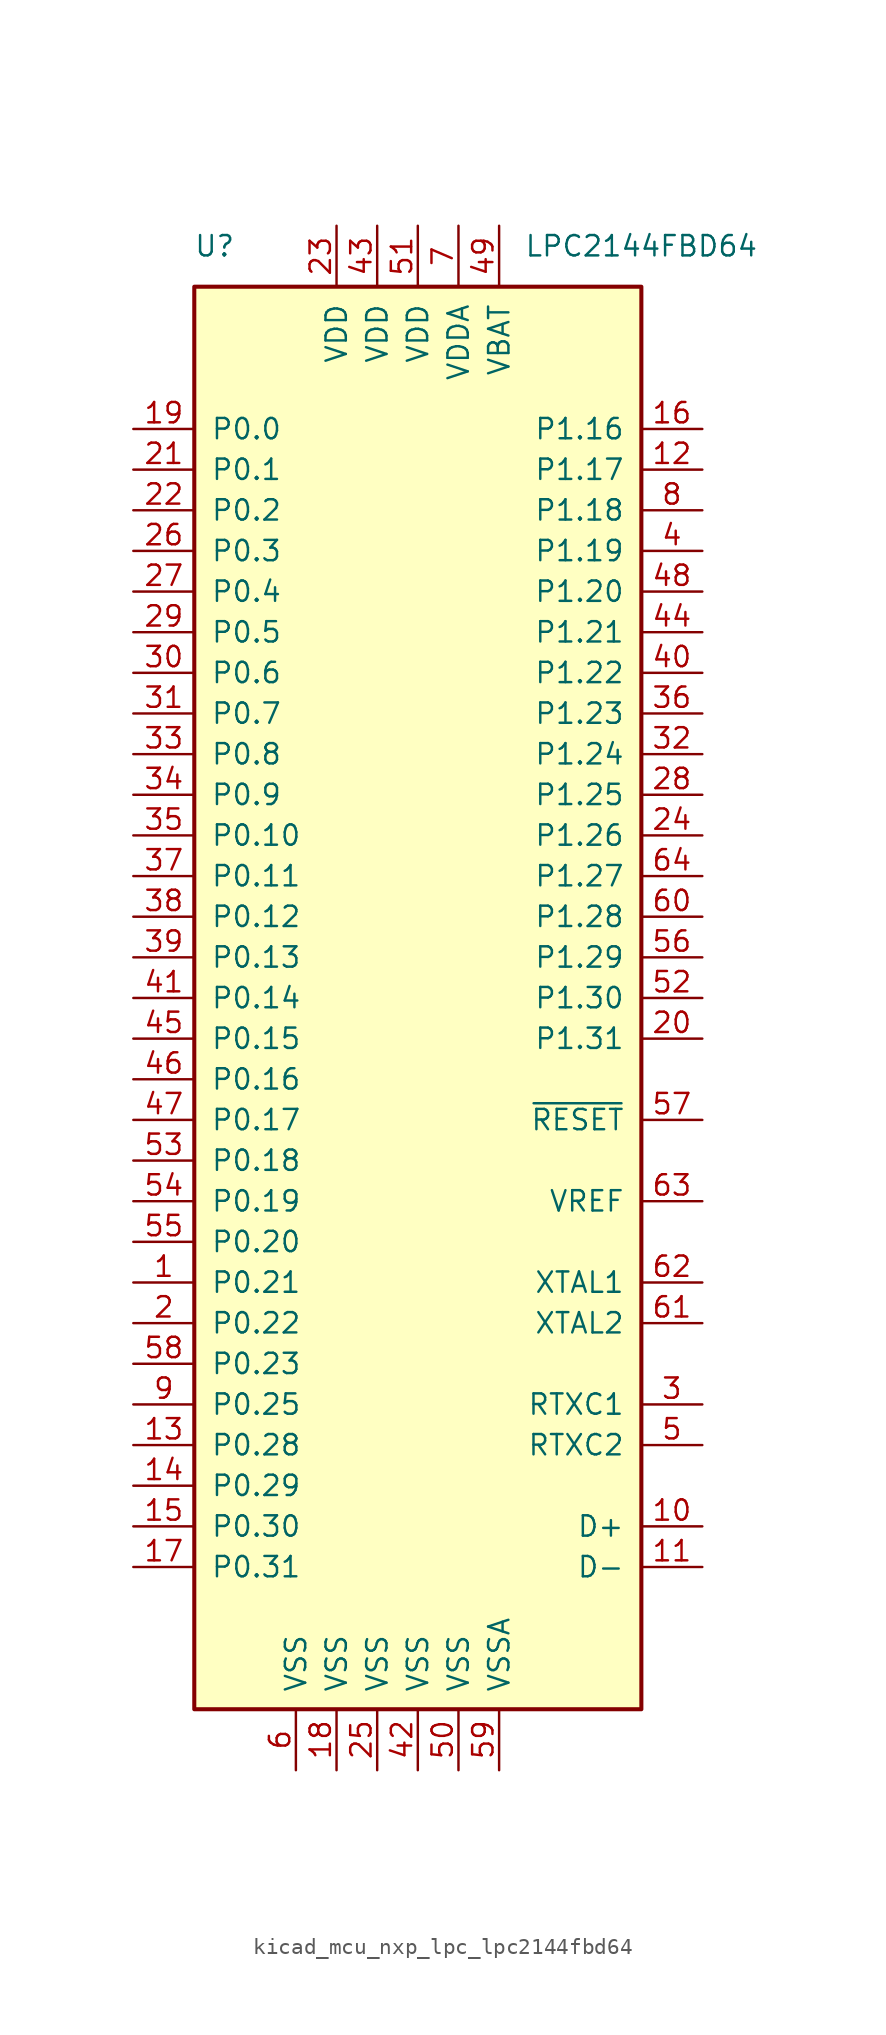
<source format=kicad_sym>
(kicad_symbol_lib
  (version 20220914)
  (generator kicad_symbol_editor)
  (symbol "kicad_mcu_nxp_lpc_lpc2144fbd64"
    (pin_names
      (offset 1.016))
    (property "Reference" "U"
      (at -12.7 46.99 0)
      (effects (font (size 1.27 1.27))))
    (property "Value" "LPC2144FBD64"
      (at 13.97 46.99 0)
      (effects (font (size 1.27 1.27))))
    (symbol "kicad_mcu_nxp_lpc_lpc2144fbd64_0_1"
      (rectangle (start 13.97 44.45) (end -13.97 -44.45) (stroke (width 0.254) (type default)) (fill (type background))))
    (symbol "kicad_mcu_nxp_lpc_lpc2144fbd64_1_1"
      (pin bidirectional line (at -17.78 -17.78 0) (length 3.81) (name "P0.21" (effects (font (size 1.27 1.27)))) (number "1" (effects (font (size 1.27 1.27)))))
      (pin bidirectional line (at 17.78 -33.02 180) (length 3.81) (name "D+" (effects (font (size 1.27 1.27)))) (number "10" (effects (font (size 1.27 1.27)))))
      (pin bidirectional line (at 17.78 -35.56 180) (length 3.81) (name "D-" (effects (font (size 1.27 1.27)))) (number "11" (effects (font (size 1.27 1.27)))))
      (pin bidirectional line (at 17.78 33.02 180) (length 3.81) (name "P1.17" (effects (font (size 1.27 1.27)))) (number "12" (effects (font (size 1.27 1.27)))))
      (pin bidirectional line (at -17.78 -27.94 0) (length 3.81) (name "P0.28" (effects (font (size 1.27 1.27)))) (number "13" (effects (font (size 1.27 1.27)))))
      (pin bidirectional line (at -17.78 -30.48 0) (length 3.81) (name "P0.29" (effects (font (size 1.27 1.27)))) (number "14" (effects (font (size 1.27 1.27)))))
      (pin bidirectional line (at -17.78 -33.02 0) (length 3.81) (name "P0.30" (effects (font (size 1.27 1.27)))) (number "15" (effects (font (size 1.27 1.27)))))
      (pin bidirectional line (at 17.78 35.56 180) (length 3.81) (name "P1.16" (effects (font (size 1.27 1.27)))) (number "16" (effects (font (size 1.27 1.27)))))
      (pin output line (at -17.78 -35.56 0) (length 3.81) (name "P0.31" (effects (font (size 1.27 1.27)))) (number "17" (effects (font (size 1.27 1.27)))))
      (pin power_in line (at -5.08 -48.26 90) (length 3.81) (name "VSS" (effects (font (size 1.27 1.27)))) (number "18" (effects (font (size 1.27 1.27)))))
      (pin bidirectional line (at -17.78 35.56 0) (length 3.81) (name "P0.0" (effects (font (size 1.27 1.27)))) (number "19" (effects (font (size 1.27 1.27)))))
      (pin bidirectional line (at -17.78 -20.32 0) (length 3.81) (name "P0.22" (effects (font (size 1.27 1.27)))) (number "2" (effects (font (size 1.27 1.27)))))
      (pin bidirectional line (at 17.78 -2.54 180) (length 3.81) (name "P1.31" (effects (font (size 1.27 1.27)))) (number "20" (effects (font (size 1.27 1.27)))))
      (pin bidirectional line (at -17.78 33.02 0) (length 3.81) (name "P0.1" (effects (font (size 1.27 1.27)))) (number "21" (effects (font (size 1.27 1.27)))))
      (pin bidirectional line (at -17.78 30.48 0) (length 3.81) (name "P0.2" (effects (font (size 1.27 1.27)))) (number "22" (effects (font (size 1.27 1.27)))))
      (pin power_in line (at -5.08 48.26 270) (length 3.81) (name "VDD" (effects (font (size 1.27 1.27)))) (number "23" (effects (font (size 1.27 1.27)))))
      (pin bidirectional line (at 17.78 10.16 180) (length 3.81) (name "P1.26" (effects (font (size 1.27 1.27)))) (number "24" (effects (font (size 1.27 1.27)))))
      (pin power_in line (at -2.54 -48.26 90) (length 3.81) (name "VSS" (effects (font (size 1.27 1.27)))) (number "25" (effects (font (size 1.27 1.27)))))
      (pin bidirectional line (at -17.78 27.94 0) (length 3.81) (name "P0.3" (effects (font (size 1.27 1.27)))) (number "26" (effects (font (size 1.27 1.27)))))
      (pin bidirectional line (at -17.78 25.4 0) (length 3.81) (name "P0.4" (effects (font (size 1.27 1.27)))) (number "27" (effects (font (size 1.27 1.27)))))
      (pin bidirectional line (at 17.78 12.7 180) (length 3.81) (name "P1.25" (effects (font (size 1.27 1.27)))) (number "28" (effects (font (size 1.27 1.27)))))
      (pin bidirectional line (at -17.78 22.86 0) (length 3.81) (name "P0.5" (effects (font (size 1.27 1.27)))) (number "29" (effects (font (size 1.27 1.27)))))
      (pin input line (at 17.78 -25.4 180) (length 3.81) (name "RTXC1" (effects (font (size 1.27 1.27)))) (number "3" (effects (font (size 1.27 1.27)))))
      (pin bidirectional line (at -17.78 20.32 0) (length 3.81) (name "P0.6" (effects (font (size 1.27 1.27)))) (number "30" (effects (font (size 1.27 1.27)))))
      (pin bidirectional line (at -17.78 17.78 0) (length 3.81) (name "P0.7" (effects (font (size 1.27 1.27)))) (number "31" (effects (font (size 1.27 1.27)))))
      (pin bidirectional line (at 17.78 15.24 180) (length 3.81) (name "P1.24" (effects (font (size 1.27 1.27)))) (number "32" (effects (font (size 1.27 1.27)))))
      (pin bidirectional line (at -17.78 15.24 0) (length 3.81) (name "P0.8" (effects (font (size 1.27 1.27)))) (number "33" (effects (font (size 1.27 1.27)))))
      (pin bidirectional line (at -17.78 12.7 0) (length 3.81) (name "P0.9" (effects (font (size 1.27 1.27)))) (number "34" (effects (font (size 1.27 1.27)))))
      (pin bidirectional line (at -17.78 10.16 0) (length 3.81) (name "P0.10" (effects (font (size 1.27 1.27)))) (number "35" (effects (font (size 1.27 1.27)))))
      (pin bidirectional line (at 17.78 17.78 180) (length 3.81) (name "P1.23" (effects (font (size 1.27 1.27)))) (number "36" (effects (font (size 1.27 1.27)))))
      (pin bidirectional line (at -17.78 7.62 0) (length 3.81) (name "P0.11" (effects (font (size 1.27 1.27)))) (number "37" (effects (font (size 1.27 1.27)))))
      (pin bidirectional line (at -17.78 5.08 0) (length 3.81) (name "P0.12" (effects (font (size 1.27 1.27)))) (number "38" (effects (font (size 1.27 1.27)))))
      (pin bidirectional line (at -17.78 2.54 0) (length 3.81) (name "P0.13" (effects (font (size 1.27 1.27)))) (number "39" (effects (font (size 1.27 1.27)))))
      (pin bidirectional line (at 17.78 27.94 180) (length 3.81) (name "P1.19" (effects (font (size 1.27 1.27)))) (number "4" (effects (font (size 1.27 1.27)))))
      (pin bidirectional line (at 17.78 20.32 180) (length 3.81) (name "P1.22" (effects (font (size 1.27 1.27)))) (number "40" (effects (font (size 1.27 1.27)))))
      (pin bidirectional line (at -17.78 0 0) (length 3.81) (name "P0.14" (effects (font (size 1.27 1.27)))) (number "41" (effects (font (size 1.27 1.27)))))
      (pin power_in line (at 0 -48.26 90) (length 3.81) (name "VSS" (effects (font (size 1.27 1.27)))) (number "42" (effects (font (size 1.27 1.27)))))
      (pin power_in line (at -2.54 48.26 270) (length 3.81) (name "VDD" (effects (font (size 1.27 1.27)))) (number "43" (effects (font (size 1.27 1.27)))))
      (pin bidirectional line (at 17.78 22.86 180) (length 3.81) (name "P1.21" (effects (font (size 1.27 1.27)))) (number "44" (effects (font (size 1.27 1.27)))))
      (pin bidirectional line (at -17.78 -2.54 0) (length 3.81) (name "P0.15" (effects (font (size 1.27 1.27)))) (number "45" (effects (font (size 1.27 1.27)))))
      (pin bidirectional line (at -17.78 -5.08 0) (length 3.81) (name "P0.16" (effects (font (size 1.27 1.27)))) (number "46" (effects (font (size 1.27 1.27)))))
      (pin bidirectional line (at -17.78 -7.62 0) (length 3.81) (name "P0.17" (effects (font (size 1.27 1.27)))) (number "47" (effects (font (size 1.27 1.27)))))
      (pin bidirectional line (at 17.78 25.4 180) (length 3.81) (name "P1.20" (effects (font (size 1.27 1.27)))) (number "48" (effects (font (size 1.27 1.27)))))
      (pin power_in line (at 5.08 48.26 270) (length 3.81) (name "VBAT" (effects (font (size 1.27 1.27)))) (number "49" (effects (font (size 1.27 1.27)))))
      (pin output line (at 17.78 -27.94 180) (length 3.81) (name "RTXC2" (effects (font (size 1.27 1.27)))) (number "5" (effects (font (size 1.27 1.27)))))
      (pin power_in line (at 2.54 -48.26 90) (length 3.81) (name "VSS" (effects (font (size 1.27 1.27)))) (number "50" (effects (font (size 1.27 1.27)))))
      (pin power_in line (at 0 48.26 270) (length 3.81) (name "VDD" (effects (font (size 1.27 1.27)))) (number "51" (effects (font (size 1.27 1.27)))))
      (pin bidirectional line (at 17.78 0 180) (length 3.81) (name "P1.30" (effects (font (size 1.27 1.27)))) (number "52" (effects (font (size 1.27 1.27)))))
      (pin bidirectional line (at -17.78 -10.16 0) (length 3.81) (name "P0.18" (effects (font (size 1.27 1.27)))) (number "53" (effects (font (size 1.27 1.27)))))
      (pin bidirectional line (at -17.78 -12.7 0) (length 3.81) (name "P0.19" (effects (font (size 1.27 1.27)))) (number "54" (effects (font (size 1.27 1.27)))))
      (pin bidirectional line (at -17.78 -15.24 0) (length 3.81) (name "P0.20" (effects (font (size 1.27 1.27)))) (number "55" (effects (font (size 1.27 1.27)))))
      (pin bidirectional line (at 17.78 2.54 180) (length 3.81) (name "P1.29" (effects (font (size 1.27 1.27)))) (number "56" (effects (font (size 1.27 1.27)))))
      (pin input line (at 17.78 -7.62 180) (length 3.81) (name "~{RESET}" (effects (font (size 1.27 1.27)))) (number "57" (effects (font (size 1.27 1.27)))))
      (pin bidirectional line (at -17.78 -22.86 0) (length 3.81) (name "P0.23" (effects (font (size 1.27 1.27)))) (number "58" (effects (font (size 1.27 1.27)))))
      (pin power_in line (at 5.08 -48.26 90) (length 3.81) (name "VSSA" (effects (font (size 1.27 1.27)))) (number "59" (effects (font (size 1.27 1.27)))))
      (pin power_in line (at -7.62 -48.26 90) (length 3.81) (name "VSS" (effects (font (size 1.27 1.27)))) (number "6" (effects (font (size 1.27 1.27)))))
      (pin bidirectional line (at 17.78 5.08 180) (length 3.81) (name "P1.28" (effects (font (size 1.27 1.27)))) (number "60" (effects (font (size 1.27 1.27)))))
      (pin output line (at 17.78 -20.32 180) (length 3.81) (name "XTAL2" (effects (font (size 1.27 1.27)))) (number "61" (effects (font (size 1.27 1.27)))))
      (pin input line (at 17.78 -17.78 180) (length 3.81) (name "XTAL1" (effects (font (size 1.27 1.27)))) (number "62" (effects (font (size 1.27 1.27)))))
      (pin input line (at 17.78 -12.7 180) (length 3.81) (name "VREF" (effects (font (size 1.27 1.27)))) (number "63" (effects (font (size 1.27 1.27)))))
      (pin bidirectional line (at 17.78 7.62 180) (length 3.81) (name "P1.27" (effects (font (size 1.27 1.27)))) (number "64" (effects (font (size 1.27 1.27)))))
      (pin power_in line (at 2.54 48.26 270) (length 3.81) (name "VDDA" (effects (font (size 1.27 1.27)))) (number "7" (effects (font (size 1.27 1.27)))))
      (pin bidirectional line (at 17.78 30.48 180) (length 3.81) (name "P1.18" (effects (font (size 1.27 1.27)))) (number "8" (effects (font (size 1.27 1.27)))))
      (pin bidirectional line (at -17.78 -25.4 0) (length 3.81) (name "P0.25" (effects (font (size 1.27 1.27)))) (number "9" (effects (font (size 1.27 1.27))))))))
</source>
